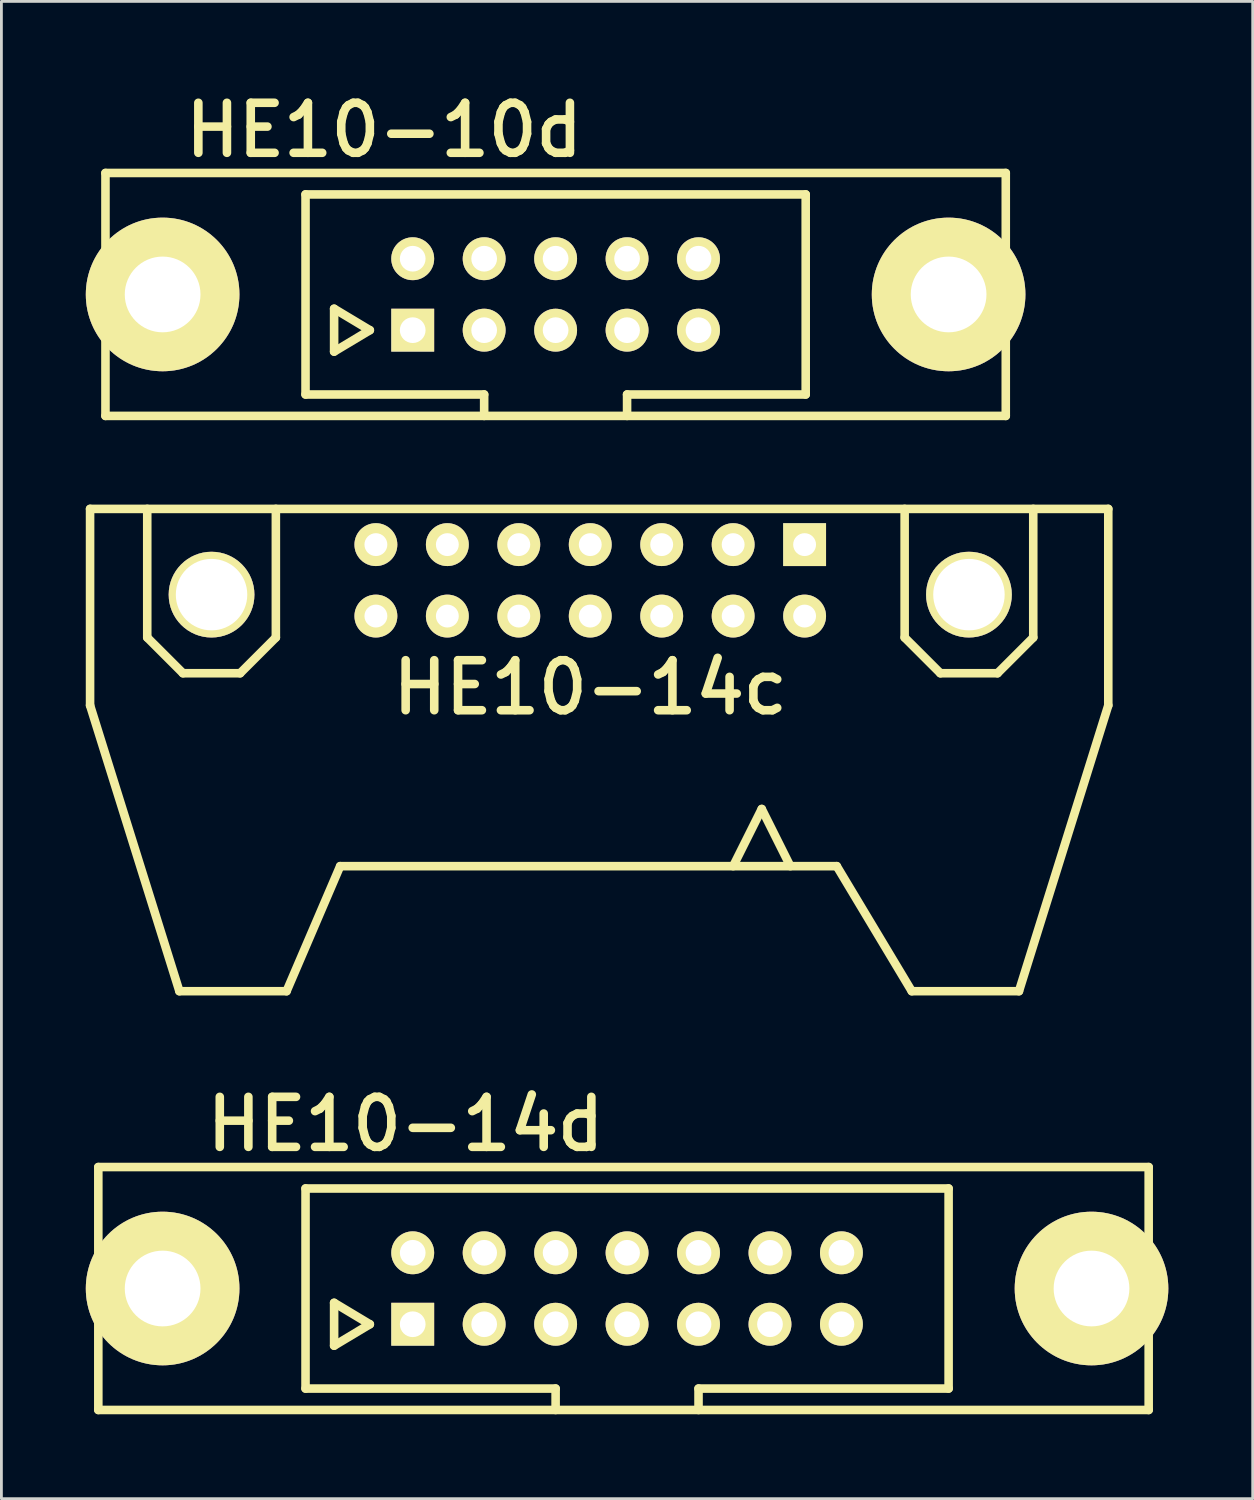
<source format=kicad_pcb>
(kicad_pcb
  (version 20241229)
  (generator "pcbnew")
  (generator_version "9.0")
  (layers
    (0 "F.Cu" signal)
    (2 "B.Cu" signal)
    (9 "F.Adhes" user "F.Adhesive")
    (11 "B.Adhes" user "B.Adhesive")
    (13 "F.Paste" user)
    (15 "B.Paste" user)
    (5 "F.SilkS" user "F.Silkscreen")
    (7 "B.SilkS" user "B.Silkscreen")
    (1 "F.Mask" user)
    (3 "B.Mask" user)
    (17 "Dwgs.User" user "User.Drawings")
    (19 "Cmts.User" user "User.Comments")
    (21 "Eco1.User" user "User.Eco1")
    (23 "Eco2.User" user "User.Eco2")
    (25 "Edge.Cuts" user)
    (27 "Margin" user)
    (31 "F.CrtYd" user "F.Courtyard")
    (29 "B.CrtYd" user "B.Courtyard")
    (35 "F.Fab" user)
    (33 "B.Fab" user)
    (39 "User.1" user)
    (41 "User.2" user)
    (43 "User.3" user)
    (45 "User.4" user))
  (footprint "HE10-10d"
    (layer "F.Cu")
    (at 16.701 7.417)
    (property "Reference" "HE10-10d" (at -6.096 -5.842 0) (layer "F.SilkS") (effects (font (size 1.778 1.778) (thickness 0.305))))
    (attr through_hole)
    (fp_line (start -16.002 -4.318) (end 16.002 -4.318) (stroke (width 0.305) (type solid)) (layer "F.SilkS"))
    (fp_line (start -16.002 4.318) (end -16.002 -4.318) (stroke (width 0.305) (type solid)) (layer "F.SilkS"))
    (fp_line (start -8.89 -3.556) (end 8.89 -3.556) (stroke (width 0.305) (type solid)) (layer "F.SilkS"))
    (fp_line (start -8.89 3.556) (end -8.89 -3.556) (stroke (width 0.305) (type solid)) (layer "F.SilkS"))
    (fp_line (start -7.874 0.508) (end -7.874 2.032) (stroke (width 0.305) (type solid)) (layer "F.SilkS"))
    (fp_line (start -7.874 2.032) (end -6.604 1.27) (stroke (width 0.305) (type solid)) (layer "F.SilkS"))
    (fp_line (start -6.604 1.27) (end -7.874 0.508) (stroke (width 0.305) (type solid)) (layer "F.SilkS"))
    (fp_line (start -2.54 3.556) (end -8.89 3.556) (stroke (width 0.305) (type solid)) (layer "F.SilkS"))
    (fp_line (start -2.54 4.318) (end -2.54 3.556) (stroke (width 0.305) (type solid)) (layer "F.SilkS"))
    (fp_line (start 2.54 3.556) (end 2.54 4.318) (stroke (width 0.305) (type solid)) (layer "F.SilkS"))
    (fp_line (start 8.89 3.556) (end 2.54 3.556) (stroke (width 0.305) (type solid)) (layer "F.SilkS"))
    (fp_line (start 8.89 3.556) (end 8.89 -3.556) (stroke (width 0.305) (type solid)) (layer "F.SilkS"))
    (fp_line (start 16.002 -4.318) (end 16.002 4.318) (stroke (width 0.305) (type solid)) (layer "F.SilkS"))
    (fp_line (start 16.002 4.318) (end -16.002 4.318) (stroke (width 0.305) (type solid)) (layer "F.SilkS"))
    (pad "" thru_hole circle (at -13.97 0) (size 5.461 5.461) (drill 2.692) (layers "*.Cu" "*.Mask" "F.SilkS"))
    (pad "" thru_hole circle (at 13.97 0) (size 5.461 5.461) (drill 2.692) (layers "*.Cu" "*.Mask" "F.SilkS"))
    (pad "1" thru_hole rect (at -5.08 1.27) (size 1.524 1.524) (drill 0.914) (layers "*.Cu" "*.Mask" "F.SilkS"))
    (pad "2" thru_hole circle (at -5.08 -1.27) (size 1.524 1.524) (drill 0.914) (layers "*.Cu" "*.Mask" "F.SilkS"))
    (pad "3" thru_hole circle (at -2.54 1.27) (size 1.524 1.524) (drill 0.914) (layers "*.Cu" "*.Mask" "F.SilkS"))
    (pad "4" thru_hole circle (at -2.54 -1.27) (size 1.524 1.524) (drill 0.914) (layers "*.Cu" "*.Mask" "F.SilkS"))
    (pad "5" thru_hole circle (at 0 1.27) (size 1.524 1.524) (drill 0.914) (layers "*.Cu" "*.Mask" "F.SilkS"))
    (pad "6" thru_hole circle (at 0 -1.27) (size 1.524 1.524) (drill 0.914) (layers "*.Cu" "*.Mask" "F.SilkS"))
    (pad "7" thru_hole circle (at 2.54 1.27) (size 1.524 1.524) (drill 0.914) (layers "*.Cu" "*.Mask" "F.SilkS"))
    (pad "8" thru_hole circle (at 2.54 -1.27) (size 1.524 1.524) (drill 0.914) (layers "*.Cu" "*.Mask" "F.SilkS"))
    (pad "9" thru_hole circle (at 5.08 1.27) (size 1.524 1.524) (drill 0.914) (layers "*.Cu" "*.Mask" "F.SilkS"))
    (pad "10" thru_hole circle (at 5.08 -1.27) (size 1.524 1.524) (drill 0.914) (layers "*.Cu" "*.Mask" "F.SilkS")))
  (footprint "HE10-14c"
    (layer "F.Cu")
    (at 17.932 17.58)
    (property "Reference" "HE10-14c" (at 0 3.81 0) (layer "F.SilkS") (effects (font (size 1.778 1.778) (thickness 0.305))))
    (attr through_hole)
    (fp_line (start -17.78 -2.54) (end -17.78 4.445) (stroke (width 0.305) (type solid)) (layer "F.SilkS"))
    (fp_line (start -17.78 -2.54) (end 18.415 -2.54) (stroke (width 0.305) (type solid)) (layer "F.SilkS"))
    (fp_line (start -17.78 4.445) (end -14.605 14.605) (stroke (width 0.305) (type solid)) (layer "F.SilkS"))
    (fp_line (start -15.748 2.032) (end -15.748 -2.54) (stroke (width 0.305) (type solid)) (layer "F.SilkS"))
    (fp_line (start -14.605 14.605) (end -10.795 14.605) (stroke (width 0.305) (type solid)) (layer "F.SilkS"))
    (fp_line (start -14.478 3.302) (end -15.748 2.032) (stroke (width 0.305) (type solid)) (layer "F.SilkS"))
    (fp_line (start -12.446 3.302) (end -14.478 3.302) (stroke (width 0.305) (type solid)) (layer "F.SilkS"))
    (fp_line (start -11.176 -2.54) (end -11.176 2.032) (stroke (width 0.305) (type solid)) (layer "F.SilkS"))
    (fp_line (start -11.176 2.032) (end -12.446 3.302) (stroke (width 0.305) (type solid)) (layer "F.SilkS"))
    (fp_line (start -10.795 14.605) (end -8.89 10.16) (stroke (width 0.305) (type solid)) (layer "F.SilkS"))
    (fp_line (start -8.89 10.16) (end 8.763 10.16) (stroke (width 0.305) (type solid)) (layer "F.SilkS"))
    (fp_line (start 6.096 8.128) (end 5.08 10.16) (stroke (width 0.305) (type solid)) (layer "F.SilkS"))
    (fp_line (start 7.112 10.16) (end 6.096 8.128) (stroke (width 0.305) (type solid)) (layer "F.SilkS"))
    (fp_line (start 11.176 2.032) (end 11.176 -2.54) (stroke (width 0.305) (type solid)) (layer "F.SilkS"))
    (fp_line (start 11.43 14.605) (end 8.763 10.16) (stroke (width 0.305) (type solid)) (layer "F.SilkS"))
    (fp_line (start 12.446 3.302) (end 11.176 2.032) (stroke (width 0.305) (type solid)) (layer "F.SilkS"))
    (fp_line (start 14.478 3.302) (end 12.446 3.302) (stroke (width 0.305) (type solid)) (layer "F.SilkS"))
    (fp_line (start 15.24 14.605) (end 11.43 14.605) (stroke (width 0.305) (type solid)) (layer "F.SilkS"))
    (fp_line (start 15.748 -2.54) (end 15.748 2.032) (stroke (width 0.305) (type solid)) (layer "F.SilkS"))
    (fp_line (start 15.748 2.032) (end 14.478 3.302) (stroke (width 0.305) (type solid)) (layer "F.SilkS"))
    (fp_line (start 18.415 -2.54) (end 18.415 4.445) (stroke (width 0.305) (type solid)) (layer "F.SilkS"))
    (fp_line (start 18.415 4.445) (end 15.24 14.605) (stroke (width 0.305) (type solid)) (layer "F.SilkS"))
    (pad "0" thru_hole circle (at -13.462 0.508) (size 3.048 3.048) (drill 2.54) (layers "*.Cu" "*.Mask" "F.SilkS"))
    (pad "0" thru_hole circle (at 13.462 0.508) (size 3.048 3.048) (drill 2.54) (layers "*.Cu" "*.Mask" "F.SilkS"))
    (pad "1" thru_hole rect (at 7.62 -1.27) (size 1.524 1.524) (drill 0.813) (layers "*.Cu" "*.Mask" "F.SilkS"))
    (pad "2" thru_hole circle (at 7.62 1.27) (size 1.524 1.524) (drill 0.813) (layers "*.Cu" "*.Mask" "F.SilkS"))
    (pad "3" thru_hole circle (at 5.08 -1.27) (size 1.524 1.524) (drill 0.813) (layers "*.Cu" "*.Mask" "F.SilkS"))
    (pad "4" thru_hole circle (at 5.08 1.27) (size 1.524 1.524) (drill 0.813) (layers "*.Cu" "*.Mask" "F.SilkS"))
    (pad "5" thru_hole circle (at 2.54 -1.27) (size 1.524 1.524) (drill 0.813) (layers "*.Cu" "*.Mask" "F.SilkS"))
    (pad "6" thru_hole circle (at 0 1.27) (size 1.524 1.524) (drill 0.813) (layers "*.Cu" "*.Mask" "F.SilkS"))
    (pad "7" thru_hole circle (at 0 -1.27) (size 1.524 1.524) (drill 0.813) (layers "*.Cu" "*.Mask" "F.SilkS"))
    (pad "8" thru_hole circle (at 2.54 1.27) (size 1.524 1.524) (drill 0.813) (layers "*.Cu" "*.Mask" "F.SilkS"))
    (pad "9" thru_hole circle (at -2.54 -1.27) (size 1.524 1.524) (drill 0.813) (layers "*.Cu" "*.Mask" "F.SilkS"))
    (pad "10" thru_hole circle (at -2.54 1.27) (size 1.524 1.524) (drill 0.813) (layers "*.Cu" "*.Mask" "F.SilkS"))
    (pad "11" thru_hole circle (at -5.08 -1.27) (size 1.524 1.524) (drill 0.813) (layers "*.Cu" "*.Mask" "F.SilkS"))
    (pad "12" thru_hole circle (at -5.08 1.27) (size 1.524 1.524) (drill 0.813) (layers "*.Cu" "*.Mask" "F.SilkS"))
    (pad "13" thru_hole circle (at -7.62 -1.27) (size 1.524 1.524) (drill 0.813) (layers "*.Cu" "*.Mask" "F.SilkS"))
    (pad "14" thru_hole circle (at -7.62 1.27) (size 1.524 1.524) (drill 0.813) (layers "*.Cu" "*.Mask" "F.SilkS")))
  (footprint "HE10-14d"
    (layer "F.Cu")
    (at 19.241 42.754)
    (property "Reference" "HE10-14d" (at -7.874 -5.842 0) (layer "F.SilkS") (effects (font (size 1.778 1.778) (thickness 0.305))))
    (attr through_hole)
    (fp_line (start -18.796 -4.318) (end 18.542 -4.318) (stroke (width 0.305) (type solid)) (layer "F.SilkS"))
    (fp_line (start -18.796 4.318) (end -18.796 -4.318) (stroke (width 0.305) (type solid)) (layer "F.SilkS"))
    (fp_line (start -11.43 -3.556) (end 11.43 -3.556) (stroke (width 0.305) (type solid)) (layer "F.SilkS"))
    (fp_line (start -11.43 3.556) (end -11.43 -3.556) (stroke (width 0.305) (type solid)) (layer "F.SilkS"))
    (fp_line (start -10.414 0.508) (end -10.414 2.032) (stroke (width 0.305) (type solid)) (layer "F.SilkS"))
    (fp_line (start -10.414 2.032) (end -9.144 1.27) (stroke (width 0.305) (type solid)) (layer "F.SilkS"))
    (fp_line (start -9.144 1.27) (end -10.414 0.508) (stroke (width 0.305) (type solid)) (layer "F.SilkS"))
    (fp_line (start -2.54 3.556) (end -11.43 3.556) (stroke (width 0.305) (type solid)) (layer "F.SilkS"))
    (fp_line (start -2.54 4.318) (end -2.54 3.556) (stroke (width 0.305) (type solid)) (layer "F.SilkS"))
    (fp_line (start 2.54 3.556) (end 2.54 4.318) (stroke (width 0.305) (type solid)) (layer "F.SilkS"))
    (fp_line (start 11.43 -3.556) (end 11.43 3.556) (stroke (width 0.305) (type solid)) (layer "F.SilkS"))
    (fp_line (start 11.43 3.556) (end 2.54 3.556) (stroke (width 0.305) (type solid)) (layer "F.SilkS"))
    (fp_line (start 18.542 -4.318) (end 18.542 4.318) (stroke (width 0.305) (type solid)) (layer "F.SilkS"))
    (fp_line (start 18.542 4.318) (end -18.796 4.318) (stroke (width 0.305) (type solid)) (layer "F.SilkS"))
    (pad "0" thru_hole circle (at -16.51 0) (size 5.461 5.461) (drill 2.692) (layers "*.Cu" "*.Mask" "F.SilkS"))
    (pad "0" thru_hole circle (at 16.51 0) (size 5.461 5.461) (drill 2.692) (layers "*.Cu" "*.Mask" "F.SilkS"))
    (pad "1" thru_hole rect (at -7.62 1.27) (size 1.524 1.524) (drill 0.914) (layers "*.Cu" "*.Mask" "F.SilkS"))
    (pad "2" thru_hole circle (at -7.62 -1.27) (size 1.524 1.524) (drill 0.914) (layers "*.Cu" "*.Mask" "F.SilkS"))
    (pad "3" thru_hole circle (at -5.08 1.27) (size 1.524 1.524) (drill 0.914) (layers "*.Cu" "*.Mask" "F.SilkS"))
    (pad "4" thru_hole circle (at -5.08 -1.27) (size 1.524 1.524) (drill 0.914) (layers "*.Cu" "*.Mask" "F.SilkS"))
    (pad "5" thru_hole circle (at -2.54 1.27) (size 1.524 1.524) (drill 0.914) (layers "*.Cu" "*.Mask" "F.SilkS"))
    (pad "6" thru_hole circle (at -2.54 -1.27) (size 1.524 1.524) (drill 0.914) (layers "*.Cu" "*.Mask" "F.SilkS"))
    (pad "7" thru_hole circle (at 0 1.27) (size 1.524 1.524) (drill 0.914) (layers "*.Cu" "*.Mask" "F.SilkS"))
    (pad "8" thru_hole circle (at 0 -1.27) (size 1.524 1.524) (drill 0.914) (layers "*.Cu" "*.Mask" "F.SilkS"))
    (pad "9" thru_hole circle (at 2.54 1.27) (size 1.524 1.524) (drill 0.914) (layers "*.Cu" "*.Mask" "F.SilkS"))
    (pad "10" thru_hole circle (at 2.54 -1.27) (size 1.524 1.524) (drill 0.914) (layers "*.Cu" "*.Mask" "F.SilkS"))
    (pad "11" thru_hole circle (at 5.08 1.27) (size 1.524 1.524) (drill 0.914) (layers "*.Cu" "*.Mask" "F.SilkS"))
    (pad "12" thru_hole circle (at 5.08 -1.27) (size 1.524 1.524) (drill 0.914) (layers "*.Cu" "*.Mask" "F.SilkS"))
    (pad "13" thru_hole circle (at 7.62 1.27) (size 1.524 1.524) (drill 0.914) (layers "*.Cu" "*.Mask" "F.SilkS"))
    (pad "14" thru_hole circle (at 7.62 -1.27) (size 1.524 1.524) (drill 0.914) (layers "*.Cu" "*.Mask" "F.SilkS")))
  (gr_rect
    (start -3 -3)
    (end 41.481 50.225)
    (stroke (width 0.1) (type default))
    (fill no)
    (layer "Edge.Cuts")))
</source>
